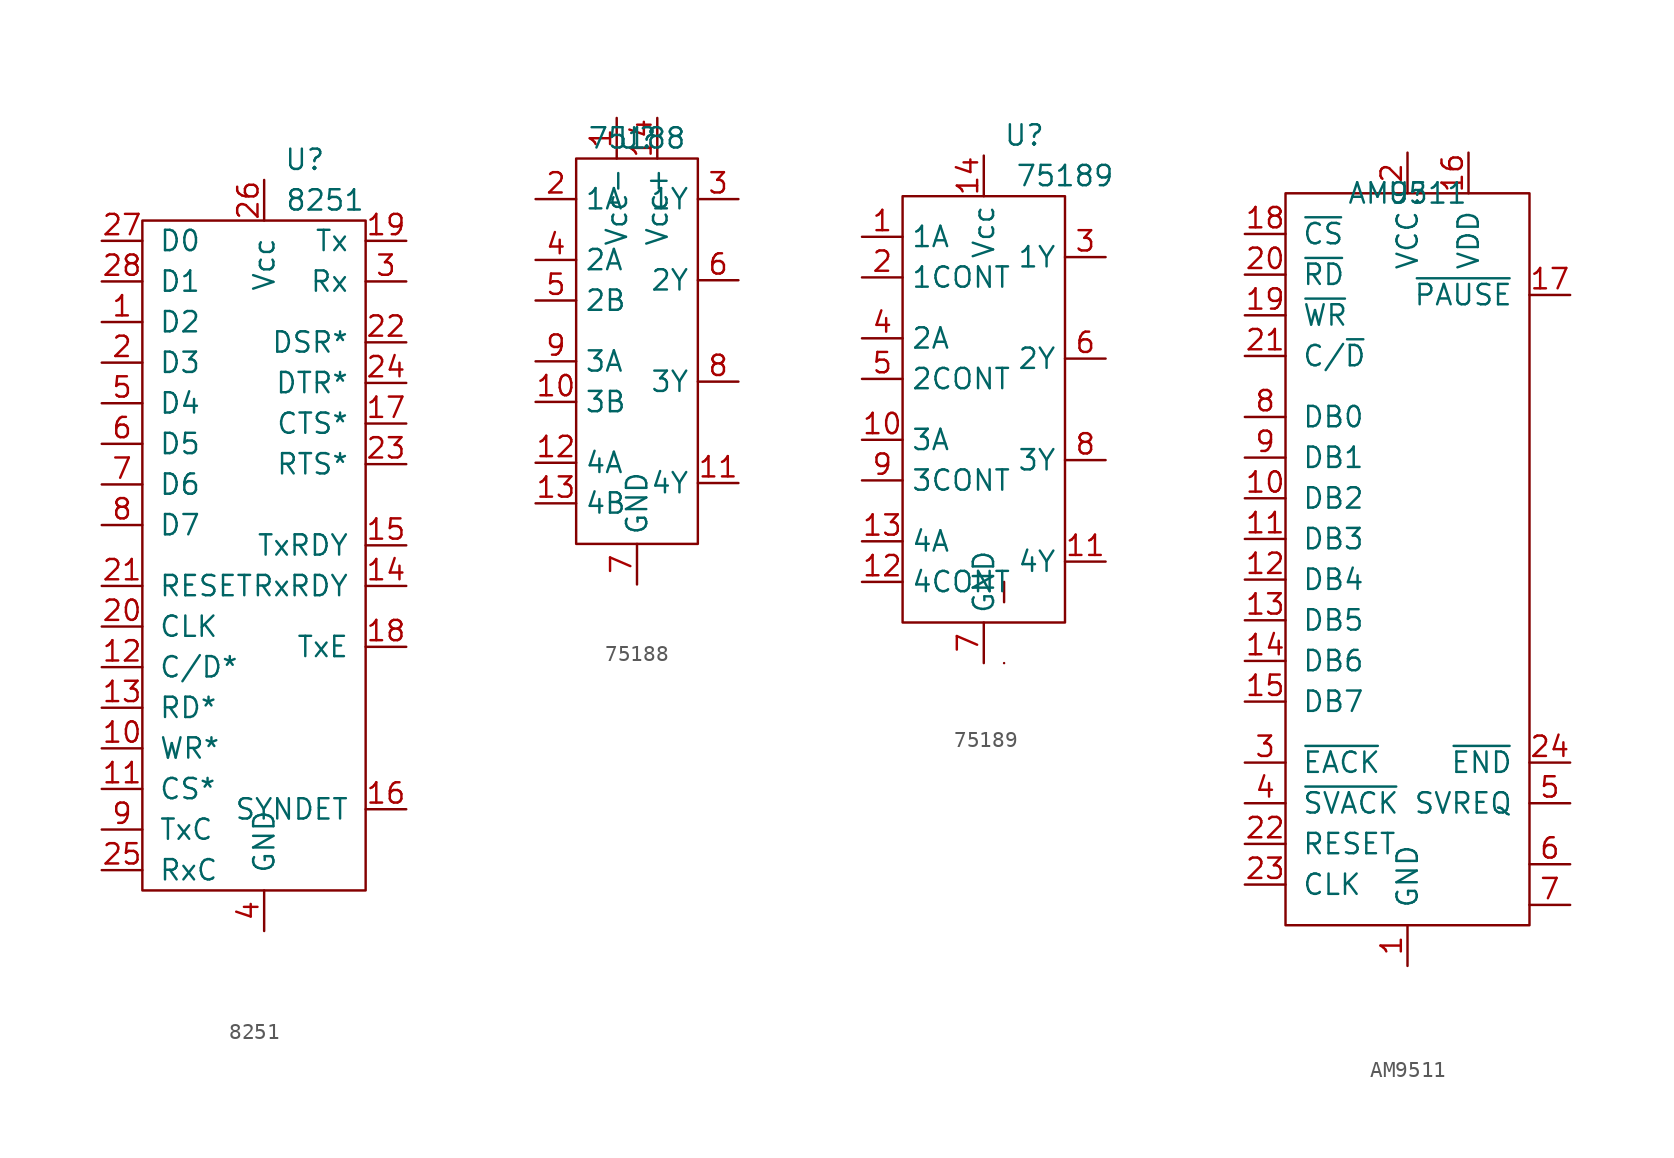
<source format=kicad_sym>
(kicad_symbol_lib
  (version 20231120)
  (generator "kicad_symbol_editor")
  (generator_version "8.0")
  (symbol "8251"
    (pin_names
      (offset 1.016))
    (property "Reference" "U"
      (at 2.54 1.27 0)
      (effects (font (size 1.27 1.27))))
    (property "Value" "8251"
      (at 3.81 -1.27 0)
      (effects (font (size 1.27 1.27))))
    (symbol "8251_0_1"
      (polyline (pts (xy -7.62 -2.54) (xy 6.35 -2.54) (xy 6.35 -44.45) (xy -7.62 -44.45) (xy -7.62 -2.54)) (stroke (width 0) (type default)) (fill (type none))))
    (symbol "8251_1_1"
      (pin bidirectional line (at -10.16 -8.89 0) (length 2.54) (name "D2" (effects (font (size 1.27 1.27)))) (number "1" (effects (font (size 1.27 1.27)))))
      (pin input line (at -10.16 -35.56 0) (length 2.54) (name "WR*" (effects (font (size 1.27 1.27)))) (number "10" (effects (font (size 1.27 1.27)))))
      (pin input line (at -10.16 -38.1 0) (length 2.54) (name "CS*" (effects (font (size 1.27 1.27)))) (number "11" (effects (font (size 1.27 1.27)))))
      (pin input line (at -10.16 -30.48 0) (length 2.54) (name "C/D*" (effects (font (size 1.27 1.27)))) (number "12" (effects (font (size 1.27 1.27)))))
      (pin input line (at -10.16 -33.02 0) (length 2.54) (name "RD*" (effects (font (size 1.27 1.27)))) (number "13" (effects (font (size 1.27 1.27)))))
      (pin output line (at 8.89 -25.4 180) (length 2.54) (name "RxRDY" (effects (font (size 1.27 1.27)))) (number "14" (effects (font (size 1.27 1.27)))))
      (pin output line (at 8.89 -22.86 180) (length 2.54) (name "TxRDY" (effects (font (size 1.27 1.27)))) (number "15" (effects (font (size 1.27 1.27)))))
      (pin bidirectional line (at 8.89 -39.37 180) (length 2.54) (name "SYNDET" (effects (font (size 1.27 1.27)))) (number "16" (effects (font (size 1.27 1.27)))))
      (pin input line (at 8.89 -15.24 180) (length 2.54) (name "CTS*" (effects (font (size 1.27 1.27)))) (number "17" (effects (font (size 1.27 1.27)))))
      (pin output line (at 8.89 -29.21 180) (length 2.54) (name "TxE" (effects (font (size 1.27 1.27)))) (number "18" (effects (font (size 1.27 1.27)))))
      (pin output line (at 8.89 -3.81 180) (length 2.54) (name "Tx" (effects (font (size 1.27 1.27)))) (number "19" (effects (font (size 1.27 1.27)))))
      (pin bidirectional line (at -10.16 -11.43 0) (length 2.54) (name "D3" (effects (font (size 1.27 1.27)))) (number "2" (effects (font (size 1.27 1.27)))))
      (pin input line (at -10.16 -27.94 0) (length 2.54) (name "CLK" (effects (font (size 1.27 1.27)))) (number "20" (effects (font (size 1.27 1.27)))))
      (pin input line (at -10.16 -25.4 0) (length 2.54) (name "RESET" (effects (font (size 1.27 1.27)))) (number "21" (effects (font (size 1.27 1.27)))))
      (pin input line (at 8.89 -10.16 180) (length 2.54) (name "DSR*" (effects (font (size 1.27 1.27)))) (number "22" (effects (font (size 1.27 1.27)))))
      (pin output line (at 8.89 -17.78 180) (length 2.54) (name "RTS*" (effects (font (size 1.27 1.27)))) (number "23" (effects (font (size 1.27 1.27)))))
      (pin output line (at 8.89 -12.7 180) (length 2.54) (name "DTR*" (effects (font (size 1.27 1.27)))) (number "24" (effects (font (size 1.27 1.27)))))
      (pin input line (at -10.16 -43.18 0) (length 2.54) (name "RxC" (effects (font (size 1.27 1.27)))) (number "25" (effects (font (size 1.27 1.27)))))
      (pin power_in line (at 0 0 270) (length 2.54) (name "Vcc" (effects (font (size 1.27 1.27)))) (number "26" (effects (font (size 1.27 1.27)))))
      (pin bidirectional line (at -10.16 -3.81 0) (length 2.54) (name "D0" (effects (font (size 1.27 1.27)))) (number "27" (effects (font (size 1.27 1.27)))))
      (pin bidirectional line (at -10.16 -6.35 0) (length 2.54) (name "D1" (effects (font (size 1.27 1.27)))) (number "28" (effects (font (size 1.27 1.27)))))
      (pin input line (at 8.89 -6.35 180) (length 2.54) (name "Rx" (effects (font (size 1.27 1.27)))) (number "3" (effects (font (size 1.27 1.27)))))
      (pin power_in line (at 0 -46.99 90) (length 2.54) (name "GND" (effects (font (size 1.27 1.27)))) (number "4" (effects (font (size 1.27 1.27)))))
      (pin bidirectional line (at -10.16 -13.97 0) (length 2.54) (name "D4" (effects (font (size 1.27 1.27)))) (number "5" (effects (font (size 1.27 1.27)))))
      (pin bidirectional line (at -10.16 -16.51 0) (length 2.54) (name "D5" (effects (font (size 1.27 1.27)))) (number "6" (effects (font (size 1.27 1.27)))))
      (pin bidirectional line (at -10.16 -19.05 0) (length 2.54) (name "D6" (effects (font (size 1.27 1.27)))) (number "7" (effects (font (size 1.27 1.27)))))
      (pin bidirectional line (at -10.16 -21.59 0) (length 2.54) (name "D7" (effects (font (size 1.27 1.27)))) (number "8" (effects (font (size 1.27 1.27)))))
      (pin input line (at -10.16 -40.64 0) (length 2.54) (name "TxC" (effects (font (size 1.27 1.27)))) (number "9" (effects (font (size 1.27 1.27)))))))
  (symbol "75188"
    (property "Reference" "U"
      (at 0 0 0)
      (effects (font (size 1.27 1.27))))
    (property "Value" "75188"
      (at 0 0 0)
      (effects (font (size 1.27 1.27))))
    (symbol "75188_0_1"
      (rectangle (start -3.81 -1.27) (end 3.81 -25.4) (stroke (width 0.152) (type default)) (fill (type none))))
    (symbol "75188_1_1"
      (pin power_in line (at -1.27 1.27 270) (length 2.54) (name "Vcc-" (effects (font (size 1.27 1.27)))) (number "1" (effects (font (size 1.27 1.27)))))
      (pin input line (at -6.35 -16.51 0) (length 2.54) (name "3B" (effects (font (size 1.27 1.27)))) (number "10" (effects (font (size 1.27 1.27)))))
      (pin output line (at 6.35 -21.59 180) (length 2.54) (name "4Y" (effects (font (size 1.27 1.27)))) (number "11" (effects (font (size 1.27 1.27)))))
      (pin input line (at -6.35 -20.32 0) (length 2.54) (name "4A" (effects (font (size 1.27 1.27)))) (number "12" (effects (font (size 1.27 1.27)))))
      (pin input line (at -6.35 -22.86 0) (length 2.54) (name "4B" (effects (font (size 1.27 1.27)))) (number "13" (effects (font (size 1.27 1.27)))))
      (pin power_in line (at 1.27 1.27 270) (length 2.54) (name "Vcc+" (effects (font (size 1.27 1.27)))) (number "14" (effects (font (size 1.27 1.27)))))
      (pin input line (at -6.35 -3.81 0) (length 2.54) (name "1A" (effects (font (size 1.27 1.27)))) (number "2" (effects (font (size 1.27 1.27)))))
      (pin output line (at 6.35 -3.81 180) (length 2.54) (name "1Y" (effects (font (size 1.27 1.27)))) (number "3" (effects (font (size 1.27 1.27)))))
      (pin input line (at -6.35 -7.62 0) (length 2.54) (name "2A" (effects (font (size 1.27 1.27)))) (number "4" (effects (font (size 1.27 1.27)))))
      (pin input line (at -6.35 -10.16 0) (length 2.54) (name "2B" (effects (font (size 1.27 1.27)))) (number "5" (effects (font (size 1.27 1.27)))))
      (pin output line (at 6.35 -8.89 180) (length 2.54) (name "2Y" (effects (font (size 1.27 1.27)))) (number "6" (effects (font (size 1.27 1.27)))))
      (pin power_in line (at 0 -27.94 90) (length 2.54) (name "GND" (effects (font (size 1.27 1.27)))) (number "7" (effects (font (size 1.27 1.27)))))
      (pin output line (at 6.35 -15.24 180) (length 2.54) (name "3Y" (effects (font (size 1.27 1.27)))) (number "8" (effects (font (size 1.27 1.27)))))
      (pin input line (at -6.35 -13.97 0) (length 2.54) (name "3A" (effects (font (size 1.27 1.27)))) (number "9" (effects (font (size 1.27 1.27)))))))
  (symbol "75189"
    (property "Reference" "U"
      (at 2.54 2.54 0)
      (effects (font (size 1.27 1.27))))
    (property "Value" "75189"
      (at 5.08 0 0)
      (effects (font (size 1.27 1.27))))
    (symbol "75189_0_1"
      (rectangle (start -5.08 -1.27) (end 5.08 -27.94) (stroke (width 0.152) (type default)) (fill (type none)))
      (rectangle (start 1.27 -30.48) (end 1.27 -30.48) (stroke (width 0.152) (type default)) (fill (type none)))
      (rectangle (start 1.27 -26.67) (end 1.27 -25.4) (stroke (width 0.152) (type default)) (fill (type none))))
    (symbol "75189_1_1"
      (pin input line (at -7.62 -3.81 0) (length 2.54) (name "1A" (effects (font (size 1.27 1.27)))) (number "1" (effects (font (size 1.27 1.27)))))
      (pin input line (at -7.62 -16.51 0) (length 2.54) (name "3A" (effects (font (size 1.27 1.27)))) (number "10" (effects (font (size 1.27 1.27)))))
      (pin output line (at 7.62 -24.13 180) (length 2.54) (name "4Y" (effects (font (size 1.27 1.27)))) (number "11" (effects (font (size 1.27 1.27)))))
      (pin input line (at -7.62 -25.4 0) (length 2.54) (name "4CONT" (effects (font (size 1.27 1.27)))) (number "12" (effects (font (size 1.27 1.27)))))
      (pin input line (at -7.62 -22.86 0) (length 2.54) (name "4A" (effects (font (size 1.27 1.27)))) (number "13" (effects (font (size 1.27 1.27)))))
      (pin power_in line (at 0 1.27 270) (length 2.54) (name "Vcc" (effects (font (size 1.27 1.27)))) (number "14" (effects (font (size 1.27 1.27)))))
      (pin input line (at -7.62 -6.35 0) (length 2.54) (name "1CONT" (effects (font (size 1.27 1.27)))) (number "2" (effects (font (size 1.27 1.27)))))
      (pin output line (at 7.62 -5.08 180) (length 2.54) (name "1Y" (effects (font (size 1.27 1.27)))) (number "3" (effects (font (size 1.27 1.27)))))
      (pin input line (at -7.62 -10.16 0) (length 2.54) (name "2A" (effects (font (size 1.27 1.27)))) (number "4" (effects (font (size 1.27 1.27)))))
      (pin input line (at -7.62 -12.7 0) (length 2.54) (name "2CONT" (effects (font (size 1.27 1.27)))) (number "5" (effects (font (size 1.27 1.27)))))
      (pin output line (at 7.62 -11.43 180) (length 2.54) (name "2Y" (effects (font (size 1.27 1.27)))) (number "6" (effects (font (size 1.27 1.27)))))
      (pin power_in line (at 0 -30.48 90) (length 2.54) (name "GND" (effects (font (size 1.27 1.27)))) (number "7" (effects (font (size 1.27 1.27)))))
      (pin output line (at 7.62 -17.78 180) (length 2.54) (name "3Y" (effects (font (size 1.27 1.27)))) (number "8" (effects (font (size 1.27 1.27)))))
      (pin input line (at -7.62 -19.05 0) (length 2.54) (name "3CONT" (effects (font (size 1.27 1.27)))) (number "9" (effects (font (size 1.27 1.27)))))))
  (symbol "AM9511"
    (pin_names
      (offset 1.016))
    (property "Reference" "U"
      (at 0 0 0)
      (effects (font (size 1.27 1.27))))
    (property "Value" "AM9511"
      (at 0 0 0)
      (effects (font (size 1.27 1.27))))
    (symbol "AM9511_0_1"
      (polyline (pts (xy -7.62 0) (xy 7.62 0) (xy 7.62 -45.72) (xy -7.62 -45.72) (xy -7.62 0)) (stroke (width 0) (type default)) (fill (type none))))
    (symbol "AM9511_1_1"
      (pin power_in line (at 0 -48.26 90) (length 2.54) (name "GND" (effects (font (size 1.27 1.27)))) (number "1" (effects (font (size 1.27 1.27)))))
      (pin bidirectional line (at -10.16 -19.05 0) (length 2.54) (name "DB2" (effects (font (size 1.27 1.27)))) (number "10" (effects (font (size 1.27 1.27)))))
      (pin bidirectional line (at -10.16 -21.59 0) (length 2.54) (name "DB3" (effects (font (size 1.27 1.27)))) (number "11" (effects (font (size 1.27 1.27)))))
      (pin bidirectional line (at -10.16 -24.13 0) (length 2.54) (name "DB4" (effects (font (size 1.27 1.27)))) (number "12" (effects (font (size 1.27 1.27)))))
      (pin bidirectional line (at -10.16 -26.67 0) (length 2.54) (name "DB5" (effects (font (size 1.27 1.27)))) (number "13" (effects (font (size 1.27 1.27)))))
      (pin bidirectional line (at -10.16 -29.21 0) (length 2.54) (name "DB6" (effects (font (size 1.27 1.27)))) (number "14" (effects (font (size 1.27 1.27)))))
      (pin bidirectional line (at -10.16 -31.75 0) (length 2.54) (name "DB7" (effects (font (size 1.27 1.27)))) (number "15" (effects (font (size 1.27 1.27)))))
      (pin power_in line (at 3.81 2.54 270) (length 2.54) (name "VDD" (effects (font (size 1.27 1.27)))) (number "16" (effects (font (size 1.27 1.27)))))
      (pin output line (at 10.16 -6.35 180) (length 2.54) (name "~{PAUSE}" (effects (font (size 1.27 1.27)))) (number "17" (effects (font (size 1.27 1.27)))))
      (pin input line (at -10.16 -2.54 0) (length 2.54) (name "~{CS}" (effects (font (size 1.27 1.27)))) (number "18" (effects (font (size 1.27 1.27)))))
      (pin input line (at -10.16 -7.62 0) (length 2.54) (name "~{WR}" (effects (font (size 1.27 1.27)))) (number "19" (effects (font (size 1.27 1.27)))))
      (pin power_in line (at 0 2.54 270) (length 2.54) (name "VCC" (effects (font (size 1.27 1.27)))) (number "2" (effects (font (size 1.27 1.27)))))
      (pin input line (at -10.16 -5.08 0) (length 2.54) (name "~{RD}" (effects (font (size 1.27 1.27)))) (number "20" (effects (font (size 1.27 1.27)))))
      (pin input line (at -10.16 -10.16 0) (length 2.54) (name "C/~{D}" (effects (font (size 1.27 1.27)))) (number "21" (effects (font (size 1.27 1.27)))))
      (pin input line (at -10.16 -40.64 0) (length 2.54) (name "RESET" (effects (font (size 1.27 1.27)))) (number "22" (effects (font (size 1.27 1.27)))))
      (pin input line (at -10.16 -43.18 0) (length 2.54) (name "CLK" (effects (font (size 1.27 1.27)))) (number "23" (effects (font (size 1.27 1.27)))))
      (pin output line (at 10.16 -35.56 180) (length 2.54) (name "~{END}" (effects (font (size 1.27 1.27)))) (number "24" (effects (font (size 1.27 1.27)))))
      (pin input line (at -10.16 -35.56 0) (length 2.54) (name "~{EACK}" (effects (font (size 1.27 1.27)))) (number "3" (effects (font (size 1.27 1.27)))))
      (pin input line (at -10.16 -38.1 0) (length 2.54) (name "~{SVACK}" (effects (font (size 1.27 1.27)))) (number "4" (effects (font (size 1.27 1.27)))))
      (pin output line (at 10.16 -38.1 180) (length 2.54) (name "SVREQ" (effects (font (size 1.27 1.27)))) (number "5" (effects (font (size 1.27 1.27)))))
      (pin input line (at 10.16 -41.91 180) (length 2.54) (name "~" (effects (font (size 1.27 1.27)))) (number "6" (effects (font (size 1.27 1.27)))))
      (pin input line (at 10.16 -44.45 180) (length 2.54) (name "~" (effects (font (size 1.27 1.27)))) (number "7" (effects (font (size 1.27 1.27)))))
      (pin bidirectional line (at -10.16 -13.97 0) (length 2.54) (name "DB0" (effects (font (size 1.27 1.27)))) (number "8" (effects (font (size 1.27 1.27)))))
      (pin bidirectional line (at -10.16 -16.51 0) (length 2.54) (name "DB1" (effects (font (size 1.27 1.27)))) (number "9" (effects (font (size 1.27 1.27))))))))
</source>
